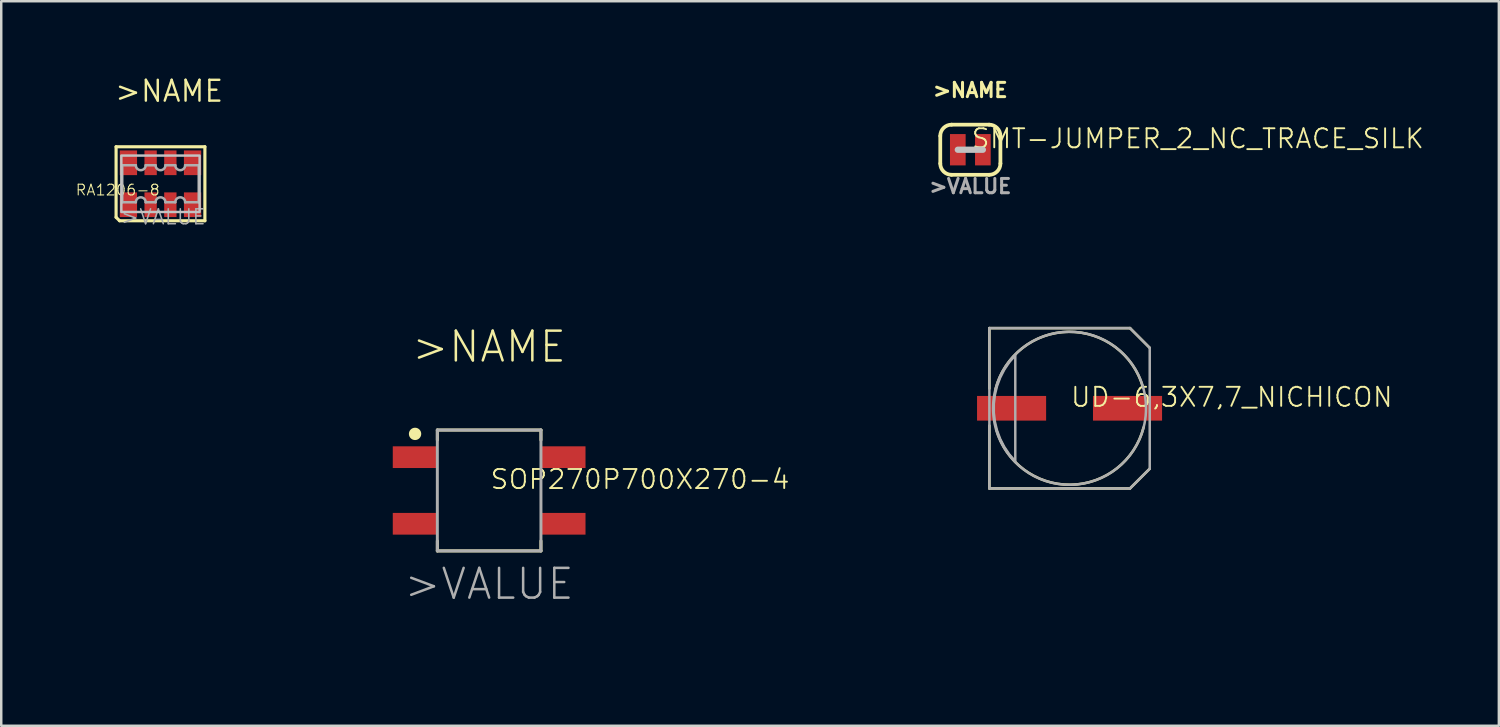
<source format=kicad_pcb>
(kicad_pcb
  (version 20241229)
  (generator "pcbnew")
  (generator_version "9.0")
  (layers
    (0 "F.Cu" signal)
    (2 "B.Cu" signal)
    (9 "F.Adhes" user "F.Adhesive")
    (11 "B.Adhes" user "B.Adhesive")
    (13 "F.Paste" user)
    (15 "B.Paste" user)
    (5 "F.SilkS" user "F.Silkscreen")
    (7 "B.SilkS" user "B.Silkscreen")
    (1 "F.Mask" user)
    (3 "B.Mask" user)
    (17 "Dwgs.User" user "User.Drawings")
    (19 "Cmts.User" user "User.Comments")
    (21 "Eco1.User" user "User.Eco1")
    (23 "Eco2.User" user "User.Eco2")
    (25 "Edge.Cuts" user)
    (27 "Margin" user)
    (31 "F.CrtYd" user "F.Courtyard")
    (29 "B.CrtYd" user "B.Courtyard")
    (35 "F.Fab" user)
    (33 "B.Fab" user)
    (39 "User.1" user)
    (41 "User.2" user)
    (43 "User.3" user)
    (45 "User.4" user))
  (footprint "SMT-JUMPER_2_NC_TRACE_SILK"
    (layer "F.Cu")
    (at 36.286 3.02)
    (property "Reference" "SMT-JUMPER_2_NC_TRACE_SILK" (at 0 0 180) (layer "F.SilkS") (effects (font (size 0.772 0.772) (thickness 0.077)) (justify left bottom)))
    (attr through_hole)
    (fp_poly (pts (xy -0.191 -0.127) (xy 0.191 -0.127) (xy 0.191 0.127) (xy -0.191 0.127)) (stroke (width 0) (type solid)) (fill yes) (layer "F.Mask"))
    (fp_line (start -1.219 0.559) (end -1.219 -0.559) (stroke (width 0.152) (type solid)) (layer "F.SilkS"))
    (fp_line (start -0.762 -1.016) (end 0.762 -1.016) (stroke (width 0.152) (type solid)) (layer "F.SilkS"))
    (fp_line (start 0.762 1.016) (end -0.762 1.016) (stroke (width 0.152) (type solid)) (layer "F.SilkS"))
    (fp_line (start 1.219 0.559) (end 1.219 -0.559) (stroke (width 0.152) (type solid)) (layer "F.SilkS"))
    (fp_arc (start -1.2192 -0.5588) (mid -1.085289 -0.882089) (end -0.762 -1.016) (stroke (width 0.1524) (type solid)) (layer "F.SilkS"))
    (fp_arc (start -0.762 1.016) (mid -1.085289 0.882089) (end -1.2192 0.5588) (stroke (width 0.1524) (type solid)) (layer "F.SilkS"))
    (fp_arc (start 0.762 -1.016) (mid 1.085289 -0.882089) (end 1.2192 -0.5588) (stroke (width 0.1524) (type solid)) (layer "F.SilkS"))
    (fp_arc (start 1.2192 0.5588) (mid 1.085289 0.882089) (end 0.762 1.016) (stroke (width 0.1524) (type solid)) (layer "F.SilkS"))
    (fp_line (start -0.508 0) (end 0.508 0) (stroke (width 0.254) (type solid)) (layer "Dwgs.User"))
    (fp_text user ">NAME\n							" (at 0 -1.143 0) (layer "F.SilkS") (effects (font (size 0.579 0.579) (thickness 0.122)) (justify bottom)))
    (fp_text user ">VALUE\n							" (at 0 1.143 0) (layer "F.Fab") (effects (font (size 0.579 0.579) (thickness 0.122)) (justify top)))
    (pad "1" smd rect (at -0.508 0) (size 0.635 1.27) (layers "F.Cu" "F.Mask"))
    (pad "2" smd rect (at 0.508 0) (size 0.635 1.27) (layers "F.Cu" "F.Mask")))
  (footprint "SOP270P700X270-4"
    (layer "F.Cu")
    (at 16.779 16.833)
    (property "Reference" "SOP270P700X270-4" (at 0 0 0) (layer "F.SilkS") (effects (font (size 0.772 0.772) (thickness 0.077)) (justify left bottom)))
    (attr through_hole)
    (fp_line (start -2.1 -2.45) (end 2.1 -2.45) (stroke (width 0.12) (type solid)) (layer "F.SilkS"))
    (fp_line (start -2.1 -2.044) (end -2.1 -2.45) (stroke (width 0.12) (type solid)) (layer "F.SilkS"))
    (fp_line (start -2.1 2.044) (end -2.1 2.45) (stroke (width 0.12) (type solid)) (layer "F.SilkS"))
    (fp_line (start -2.1 2.45) (end 2.1 2.45) (stroke (width 0.12) (type solid)) (layer "F.SilkS"))
    (fp_line (start 2.1 -2.45) (end 2.1 -2.044) (stroke (width 0.12) (type solid)) (layer "F.SilkS"))
    (fp_line (start 2.1 2.45) (end 2.1 2.044) (stroke (width 0.12) (type solid)) (layer "F.SilkS"))
    (fp_circle (center -3.003 -2.294) (end -2.753 -2.294) (stroke (width 0) (type solid)) (fill yes) (layer "F.SilkS"))
    (fp_line (start -2.1 -2.45) (end 2.1 -2.45) (stroke (width 0.12) (type solid)) (layer "F.Fab"))
    (fp_line (start -2.1 2.45) (end -2.1 -2.45) (stroke (width 0.12) (type solid)) (layer "F.Fab"))
    (fp_line (start 2.1 -2.45) (end 2.1 2.45) (stroke (width 0.12) (type solid)) (layer "F.Fab"))
    (fp_line (start 2.1 2.45) (end -2.1 2.45) (stroke (width 0.12) (type solid)) (layer "F.Fab"))
    (fp_text user ">NAME\n							" (at 0 -3.179 0) (layer "F.SilkS") (effects (font (size 1.206 1.206) (thickness 0.102)) (justify bottom)))
    (fp_text user ">VALUE\n							" (at 0 3.085 0) (layer "F.Fab") (effects (font (size 1.206 1.206) (thickness 0.102)) (justify top)))
    (pad "1" smd rect (at -3.005 -1.35) (size 1.803 0.88) (layers "F.Cu" "F.Mask" "F.Paste"))
    (pad "2" smd rect (at -3.005 1.35) (size 1.803 0.88) (layers "F.Cu" "F.Mask" "F.Paste"))
    (pad "3" smd rect (at 3.005 1.35) (size 1.803 0.88) (layers "F.Cu" "F.Mask" "F.Paste"))
    (pad "4" smd rect (at 3.005 -1.35) (size 1.803 0.88) (layers "F.Cu" "F.Mask" "F.Paste")))
  (footprint "RA1206-8"
    (layer "F.Cu")
    (at 3.456 4.399)
    (property "Reference" "RA1206-8" (at 0 0 180) (layer "F.SilkS") (effects (font (size 0.434 0.434) (thickness 0.043)) (justify right top)))
    (attr through_hole)
    (fp_line (start -1.8 -1.5) (end 1.8 -1.5) (stroke (width 0.127) (type solid)) (layer "F.SilkS"))
    (fp_line (start -1.8 1.359) (end -1.8 -1.5) (stroke (width 0.127) (type solid)) (layer "F.SilkS"))
    (fp_line (start -1.659 1.5) (end -1.8 1.359) (stroke (width 0.127) (type solid)) (layer "F.SilkS"))
    (fp_line (start 1.8 -1.5) (end 1.8 1.5) (stroke (width 0.127) (type solid)) (layer "F.SilkS"))
    (fp_line (start 1.8 1.5) (end -1.659 1.5) (stroke (width 0.127) (type solid)) (layer "F.SilkS"))
    (fp_poly (pts (xy -1.587 1.143) (xy 1.587 1.143) (xy 1.587 -1.143) (xy -1.587 -1.143)) (stroke (width 0.1) (type solid)) (fill no) (layer "Dwgs.User"))
    (fp_line (start -1.55 -0.75) (end -1 -0.75) (stroke (width 0.102) (type solid)) (layer "F.Fab"))
    (fp_line (start -1.55 0.75) (end -1.55 -0.75) (stroke (width 0.102) (type solid)) (layer "F.Fab"))
    (fp_line (start -1 0.75) (end -1.55 0.75) (stroke (width 0.102) (type solid)) (layer "F.Fab"))
    (fp_line (start -0.6 -0.75) (end -0.2 -0.75) (stroke (width 0.102) (type solid)) (layer "F.Fab"))
    (fp_line (start -0.2 0.75) (end -0.6 0.75) (stroke (width 0.102) (type solid)) (layer "F.Fab"))
    (fp_line (start 0.2 -0.75) (end 0.6 -0.75) (stroke (width 0.102) (type solid)) (layer "F.Fab"))
    (fp_line (start 0.6 0.75) (end 0.2 0.75) (stroke (width 0.102) (type solid)) (layer "F.Fab"))
    (fp_line (start 1 -0.75) (end 1.55 -0.75) (stroke (width 0.102) (type solid)) (layer "F.Fab"))
    (fp_line (start 1.55 -0.75) (end 1.55 0.75) (stroke (width 0.102) (type solid)) (layer "F.Fab"))
    (fp_line (start 1.55 0.75) (end 1 0.75) (stroke (width 0.102) (type solid)) (layer "F.Fab"))
    (fp_arc (start -1 0.75) (mid -0.8 0.55) (end -0.6 0.75) (stroke (width 0.1016) (type solid)) (layer "F.Fab"))
    (fp_arc (start -0.6 -0.75) (mid -0.8 -0.55) (end -1 -0.75) (stroke (width 0.1016) (type solid)) (layer "F.Fab"))
    (fp_arc (start -0.2 0.75) (mid 0 0.55) (end 0.2 0.75) (stroke (width 0.1016) (type solid)) (layer "F.Fab"))
    (fp_arc (start 0.2 -0.75) (mid 0 -0.55) (end -0.2 -0.75) (stroke (width 0.1016) (type solid)) (layer "F.Fab"))
    (fp_arc (start 0.6 0.75) (mid 0.8 0.55) (end 1 0.75) (stroke (width 0.1016) (type solid)) (layer "F.Fab"))
    (fp_arc (start 1 -0.75) (mid 0.8 -0.55) (end 0.6 -0.75) (stroke (width 0.1016) (type solid)) (layer "F.Fab"))
    (fp_text user ">NAME\n							" (at -1.27 0 0) (layer "F.Mask") (effects (font (size 0.434 0.434) (thickness 0.046)) (justify left bottom)))
    (fp_text user ">NAME\n							" (at -1.905 -1.901 0) (layer "F.SilkS") (effects (font (size 0.845 0.845) (thickness 0.098)) (justify left bottom)))
    (fp_text user ">VALUE\n							" (at -1.651 2.667 0) (layer "F.Fab") (effects (font (size 0.603 0.603) (thickness 0.064)) (justify left bottom)))
    (pad "1" smd rect (at -1.3 0.85) (size 0.7 1) (layers "F.Cu" "F.Mask" "F.Paste"))
    (pad "2" smd rect (at -0.4 0.85) (size 0.5 1) (layers "F.Cu" "F.Mask" "F.Paste"))
    (pad "3" smd rect (at 0.4 0.85) (size 0.5 1) (layers "F.Cu" "F.Mask" "F.Paste"))
    (pad "4" smd rect (at 1.3 0.85) (size 0.7 1) (layers "F.Cu" "F.Mask" "F.Paste"))
    (pad "5" smd rect (at 1.3 -0.85) (size 0.7 1) (layers "F.Cu" "F.Mask" "F.Paste"))
    (pad "6" smd rect (at 0.4 -0.85) (size 0.5 1) (layers "F.Cu" "F.Mask" "F.Paste"))
    (pad "7" smd rect (at -0.4 -0.85) (size 0.5 1) (layers "F.Cu" "F.Mask" "F.Paste"))
    (pad "8" smd rect (at -1.3 -0.85) (size 0.7 1) (layers "F.Cu" "F.Mask" "F.Paste")))
  (footprint "UD-6,3X7,7_NICHICON"
    (layer "F.Cu")
    (at 40.308 13.501)
    (property "Reference" "UD-6,3X7,7_NICHICON" (at 0 0 180) (layer "F.SilkS") (effects (font (size 0.772 0.772) (thickness 0.077)) (justify left bottom)))
    (attr through_hole)
    (fp_line (start -3.25 -3.25) (end 2.45 -3.25) (stroke (width 0.102) (type solid)) (layer "F.SilkS"))
    (fp_line (start -3.25 -0.8) (end -3.25 -3.25) (stroke (width 0.102) (type solid)) (layer "F.SilkS"))
    (fp_line (start -3.25 3.25) (end -3.25 0.7) (stroke (width 0.102) (type solid)) (layer "F.SilkS"))
    (fp_line (start 2.45 -3.25) (end 3.25 -2.45) (stroke (width 0.102) (type solid)) (layer "F.SilkS"))
    (fp_line (start 2.45 3.25) (end -3.25 3.25) (stroke (width 0.102) (type solid)) (layer "F.SilkS"))
    (fp_line (start 3.25 2.45) (end 2.45 3.25) (stroke (width 0.102) (type solid)) (layer "F.SilkS"))
    (fp_arc (start -3 -0.775) (mid -0.04121 -3.099781) (end 2.975001 -0.85) (stroke (width 0.1016) (type solid)) (layer "F.SilkS"))
    (fp_arc (start 3 0.775) (mid 0.04121 3.099781) (end -2.975001 0.85) (stroke (width 0.1016) (type solid)) (layer "F.SilkS"))
    (fp_line (start -3.25 -3.25) (end 2.45 -3.25) (stroke (width 0.102) (type solid)) (layer "F.Fab"))
    (fp_line (start -3.25 3.25) (end -3.25 -3.25) (stroke (width 0.102) (type solid)) (layer "F.Fab"))
    (fp_line (start 2.45 -3.25) (end 3.25 -2.45) (stroke (width 0.102) (type solid)) (layer "F.Fab"))
    (fp_line (start 2.45 3.25) (end -3.25 3.25) (stroke (width 0.102) (type solid)) (layer "F.Fab"))
    (fp_line (start 3.25 -2.45) (end 3.25 2.45) (stroke (width 0.102) (type solid)) (layer "F.Fab"))
    (fp_line (start 3.25 2.45) (end 2.45 3.25) (stroke (width 0.102) (type solid)) (layer "F.Fab"))
    (fp_circle (center 0 0) (end 3.1 0) (stroke (width 0.102) (type solid)) (fill no) (layer "F.Fab"))
    (fp_poly (pts (xy -2.2 -2.15) (xy -2.2 -2.15) (xy -2.44 -1.873) (xy -2.645 -1.57) (xy -2.812 -1.245) (xy -2.94 -0.902) (xy -3.026 -0.546) (xy -3.07 -0.183) (xy -3.07 0.183) (xy -3.026 0.546) (xy -2.94 0.902) (xy -2.812 1.245) (xy -2.645 1.57) (xy -2.44 1.873) (xy -2.2 2.15)) (stroke (width 0.1) (type solid)) (fill no) (layer "F.Fab"))
    (pad "+" smd rect (at 2.35 0) (size 2.8 1) (layers "F.Cu" "F.Mask" "F.Paste"))
    (pad "-" smd rect (at -2.35 0) (size 2.8 1) (layers "F.Cu" "F.Mask" "F.Paste")))
  (gr_rect
    (start -3 -3)
    (end 57.711 26.372)
    (stroke (width 0.1) (type default))
    (fill no)
    (layer "Edge.Cuts")))
</source>
